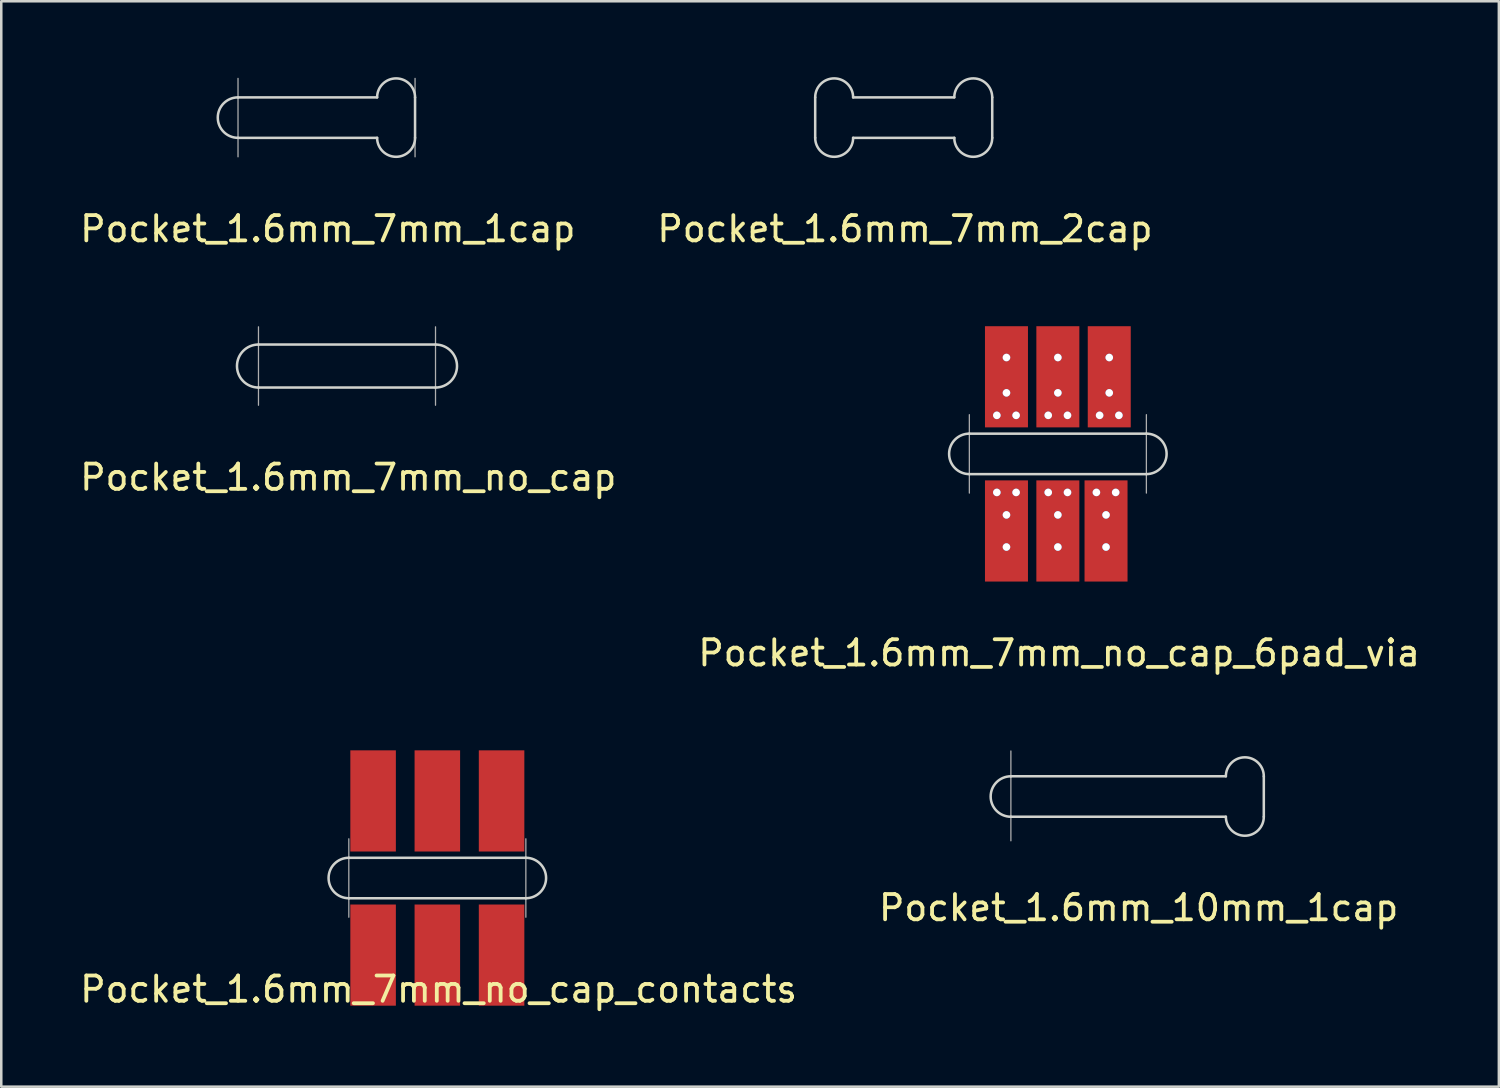
<source format=kicad_pcb>
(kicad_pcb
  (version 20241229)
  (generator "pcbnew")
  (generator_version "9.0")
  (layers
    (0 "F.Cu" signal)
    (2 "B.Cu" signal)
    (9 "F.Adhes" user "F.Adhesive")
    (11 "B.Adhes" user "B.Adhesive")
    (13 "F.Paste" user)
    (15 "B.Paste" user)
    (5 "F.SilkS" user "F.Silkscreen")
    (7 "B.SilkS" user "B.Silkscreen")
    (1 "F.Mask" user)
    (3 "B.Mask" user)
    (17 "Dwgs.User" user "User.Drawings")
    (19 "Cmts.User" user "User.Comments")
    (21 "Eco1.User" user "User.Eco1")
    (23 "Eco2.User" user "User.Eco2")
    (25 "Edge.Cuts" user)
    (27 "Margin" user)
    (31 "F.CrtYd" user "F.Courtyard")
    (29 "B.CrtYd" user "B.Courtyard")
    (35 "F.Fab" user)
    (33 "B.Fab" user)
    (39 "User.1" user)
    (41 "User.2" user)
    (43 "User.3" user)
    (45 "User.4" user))
  (footprint "Pocket_1.6mm_7mm_no_cap_6pad_via"
    (layer "F.Cu")
    (at 38.777 14.896)
    (property "Reference" "Pocket_1.6mm_7mm_no_cap_6pad_via" (at 0.05 7.874 0) (layer "F.SilkS") (effects (font (size 1 1) (thickness 0.15))))
    (attr through_hole)
    (fp_line (start -3.5 -0.8) (end 3.5 -0.8) (stroke (width 0.1) (type solid)) (layer "Edge.Cuts"))
    (fp_line (start -3.5 0.8) (end 3.5 0.8) (stroke (width 0.1) (type solid)) (layer "Edge.Cuts"))
    (fp_arc (start -3.5 0.8) (mid -4.3 0) (end -3.5 -0.8) (stroke (width 0.1) (type solid)) (layer "Edge.Cuts"))
    (fp_arc (start 3.5 -0.8) (mid 4.3 0) (end 3.5 0.8) (stroke (width 0.1) (type solid)) (layer "Edge.Cuts"))
    (fp_line (start -3.5 -1.55) (end -3.5 1.55) (stroke (width 0.05) (type solid)) (layer "F.Fab"))
    (fp_line (start 3.5 1.55) (end 3.5 -1.55) (stroke (width 0.05) (type solid)) (layer "F.Fab"))
    (pad "1" thru_hole circle (at -2.413 1.524 180) (size 0.3 0.3) (drill 0.3) (layers "*.Cu" "*.Mask"))
    (pad "1" thru_hole circle (at -2.032 2.413 180) (size 0.3 0.3) (drill 0.3) (layers "*.Cu" "*.Mask"))
    (pad "1" smd rect (at -2.032 3.048) (size 1.7 4) (layers "F.Cu" "F.Mask" "F.Paste"))
    (pad "1" thru_hole circle (at -2.032 3.683 180) (size 0.3 0.3) (drill 0.3) (layers "*.Cu" "*.Mask"))
    (pad "1" thru_hole circle (at -1.651 1.524 180) (size 0.3 0.3) (drill 0.3) (layers "*.Cu" "*.Mask"))
    (pad "2" thru_hole circle (at -2.413 -1.524) (size 0.3 0.3) (drill 0.3) (layers "*.Cu" "*.Mask"))
    (pad "2" thru_hole circle (at -2.032 -3.81) (size 0.3 0.3) (drill 0.3) (layers "*.Cu" "*.Mask"))
    (pad "2" smd rect (at -2.032 -3.048) (size 1.7 4) (layers "F.Cu" "F.Mask" "F.Paste"))
    (pad "2" thru_hole circle (at -2.032 -2.413) (size 0.3 0.3) (drill 0.3) (layers "*.Cu" "*.Mask"))
    (pad "2" thru_hole circle (at -1.651 -1.524) (size 0.3 0.3) (drill 0.3) (layers "*.Cu" "*.Mask"))
    (pad "3" thru_hole circle (at -0.381 1.524 180) (size 0.3 0.3) (drill 0.3) (layers "*.Cu" "*.Mask"))
    (pad "3" thru_hole circle (at 0 2.413 180) (size 0.3 0.3) (drill 0.3) (layers "*.Cu" "*.Mask"))
    (pad "3" smd rect (at 0 3.048) (size 1.7 4) (layers "F.Cu" "F.Mask" "F.Paste"))
    (pad "3" thru_hole circle (at 0 3.683 180) (size 0.3 0.3) (drill 0.3) (layers "*.Cu" "*.Mask"))
    (pad "3" thru_hole circle (at 0.381 1.524 180) (size 0.3 0.3) (drill 0.3) (layers "*.Cu" "*.Mask"))
    (pad "4" thru_hole circle (at -0.381 -1.524) (size 0.3 0.3) (drill 0.3) (layers "*.Cu" "*.Mask"))
    (pad "4" thru_hole circle (at 0 -3.81) (size 0.3 0.3) (drill 0.3) (layers "*.Cu" "*.Mask"))
    (pad "4" smd rect (at 0 -3.048) (size 1.7 4) (layers "F.Cu" "F.Mask" "F.Paste"))
    (pad "4" thru_hole circle (at 0 -2.413) (size 0.3 0.3) (drill 0.3) (layers "*.Cu" "*.Mask"))
    (pad "4" thru_hole circle (at 0.381 -1.524) (size 0.3 0.3) (drill 0.3) (layers "*.Cu" "*.Mask"))
    (pad "5" thru_hole circle (at 1.524 1.524 180) (size 0.3 0.3) (drill 0.3) (layers "*.Cu" "*.Mask"))
    (pad "5" thru_hole circle (at 1.905 2.413 180) (size 0.3 0.3) (drill 0.3) (layers "*.Cu" "*.Mask"))
    (pad "5" smd rect (at 1.905 3.048) (size 1.7 4) (layers "F.Cu" "F.Mask" "F.Paste"))
    (pad "5" thru_hole circle (at 1.905 3.683 180) (size 0.3 0.3) (drill 0.3) (layers "*.Cu" "*.Mask"))
    (pad "5" thru_hole circle (at 2.286 1.524 180) (size 0.3 0.3) (drill 0.3) (layers "*.Cu" "*.Mask"))
    (pad "6" thru_hole circle (at 1.651 -1.524) (size 0.3 0.3) (drill 0.3) (layers "*.Cu" "*.Mask"))
    (pad "6" thru_hole circle (at 2.032 -3.81) (size 0.3 0.3) (drill 0.3) (layers "*.Cu" "*.Mask"))
    (pad "6" smd rect (at 2.032 -3.048) (size 1.7 4) (layers "F.Cu" "F.Mask" "F.Paste"))
    (pad "6" thru_hole circle (at 2.032 -2.413) (size 0.3 0.3) (drill 0.3) (layers "*.Cu" "*.Mask"))
    (pad "6" thru_hole circle (at 2.413 -1.524) (size 0.3 0.3) (drill 0.3) (layers "*.Cu" "*.Mask")))
  (footprint "Pocket_1.6mm_7mm_no_cap"
    (layer "F.Cu")
    (at 10.67 11.423)
    (property "Reference" "Pocket_1.6mm_7mm_no_cap" (at 0.05 4.4 0) (layer "F.SilkS") (effects (font (size 1 1) (thickness 0.15))))
    (attr through_hole)
    (fp_line (start -3.5 -0.85) (end 3.5 -0.85) (stroke (width 0.1) (type solid)) (layer "Edge.Cuts"))
    (fp_line (start -3.5 0.85) (end 3.5 0.85) (stroke (width 0.1) (type solid)) (layer "Edge.Cuts"))
    (fp_arc (start -3.5 0.85) (mid -4.35 0) (end -3.5 -0.85) (stroke (width 0.1) (type solid)) (layer "Edge.Cuts"))
    (fp_arc (start 3.5 -0.85) (mid 4.35 0) (end 3.5 0.85) (stroke (width 0.1) (type solid)) (layer "Edge.Cuts"))
    (fp_line (start -3.5 -1.55) (end -3.5 1.55) (stroke (width 0.05) (type solid)) (layer "F.Fab"))
    (fp_line (start 3.5 1.55) (end 3.5 -1.55) (stroke (width 0.05) (type solid)) (layer "F.Fab")))
  (footprint "Pocket_1.6mm_7mm_no_cap_contacts"
    (layer "F.Cu")
    (at 14.242 31.666)
    (property "Reference" "Pocket_1.6mm_7mm_no_cap_contacts" (at 0.05 4.4 0) (layer "F.SilkS") (effects (font (size 1 1) (thickness 0.15))))
    (attr through_hole)
    (fp_line (start -3.5 -0.8) (end 3.5 -0.8) (stroke (width 0.1) (type solid)) (layer "Edge.Cuts"))
    (fp_line (start -3.5 0.8) (end 3.5 0.8) (stroke (width 0.1) (type solid)) (layer "Edge.Cuts"))
    (fp_arc (start -3.5 0.8) (mid -4.3 0) (end -3.5 -0.8) (stroke (width 0.1) (type solid)) (layer "Edge.Cuts"))
    (fp_arc (start 3.5 -0.8) (mid 4.3 0) (end 3.5 0.8) (stroke (width 0.1) (type solid)) (layer "Edge.Cuts"))
    (fp_line (start -3.5 -1.55) (end -3.5 1.55) (stroke (width 0.05) (type solid)) (layer "F.Fab"))
    (fp_line (start 3.5 1.55) (end 3.5 -1.55) (stroke (width 0.05) (type solid)) (layer "F.Fab"))
    (pad "1" smd rect (at -2.54 -3.048) (size 1.8 4) (layers "F.Cu" "F.Mask" "F.Paste"))
    (pad "1" smd rect (at -2.54 3.048) (size 1.8 4) (layers "F.Cu" "F.Mask" "F.Paste"))
    (pad "1" smd rect (at 0 -3.048) (size 1.8 4) (layers "F.Cu" "F.Mask" "F.Paste"))
    (pad "1" smd rect (at 0 3.048) (size 1.8 4) (layers "F.Cu" "F.Mask" "F.Paste"))
    (pad "1" smd rect (at 2.54 -3.048) (size 1.8 4) (layers "F.Cu" "F.Mask" "F.Paste"))
    (pad "1" smd rect (at 2.54 3.048) (size 1.8 4) (layers "F.Cu" "F.Mask" "F.Paste")))
  (footprint "Pocket_1.6mm_10mm_1cap"
    (layer "F.Cu")
    (at 41.92 28.444)
    (property "Reference" "Pocket_1.6mm_10mm_1cap" (at 0.05 4.4 0) (layer "F.SilkS") (effects (font (size 1 1) (thickness 0.15))))
    (attr through_hole)
    (fp_line (start -5 -0.8) (end 3.5 -0.8) (stroke (width 0.1) (type solid)) (layer "Edge.Cuts"))
    (fp_line (start -5 0.8) (end 3.5 0.8) (stroke (width 0.1) (type solid)) (layer "Edge.Cuts"))
    (fp_line (start 5 -0.8) (end 5 0.8) (stroke (width 0.1) (type solid)) (layer "Edge.Cuts"))
    (fp_arc (start -5 0.8) (mid -5.8 0) (end -5 -0.8) (stroke (width 0.1) (type solid)) (layer "Edge.Cuts"))
    (fp_arc (start 3.5 -0.8) (mid 4.25 -1.55) (end 5 -0.8) (stroke (width 0.1) (type solid)) (layer "Edge.Cuts"))
    (fp_arc (start 5 0.8) (mid 4.25 1.55) (end 3.5 0.8) (stroke (width 0.1) (type solid)) (layer "Edge.Cuts"))
    (fp_line (start -5 -1.8) (end -5 1.75) (stroke (width 0.05) (type solid)) (layer "F.Fab")))
  (footprint "Pocket_1.6mm_7mm_2cap"
    (layer "F.Cu")
    (at 32.682 1.6)
    (property "Reference" "Pocket_1.6mm_7mm_2cap" (at 0.05 4.4 0) (layer "F.SilkS") (effects (font (size 1 1) (thickness 0.15))))
    (attr through_hole)
    (fp_line (start -3.5 -0.8) (end -3.5 0.8) (stroke (width 0.1) (type solid)) (layer "Edge.Cuts"))
    (fp_line (start -2 -0.8) (end 2 -0.8) (stroke (width 0.1) (type solid)) (layer "Edge.Cuts"))
    (fp_line (start -2 0.8) (end 2 0.8) (stroke (width 0.1) (type solid)) (layer "Edge.Cuts"))
    (fp_line (start 3.5 -0.8) (end 3.5 0.8) (stroke (width 0.1) (type solid)) (layer "Edge.Cuts"))
    (fp_arc (start -3.5 -0.8) (mid -2.75 -1.55) (end -2 -0.8) (stroke (width 0.1) (type solid)) (layer "Edge.Cuts"))
    (fp_arc (start -2 0.8) (mid -2.75 1.55) (end -3.5 0.8) (stroke (width 0.1) (type solid)) (layer "Edge.Cuts"))
    (fp_arc (start 2 -0.8) (mid 2.75 -1.55) (end 3.5 -0.8) (stroke (width 0.1) (type solid)) (layer "Edge.Cuts"))
    (fp_arc (start 3.5 0.8) (mid 2.75 1.55) (end 2 0.8) (stroke (width 0.1) (type solid)) (layer "Edge.Cuts")))
  (footprint "Pocket_1.6mm_7mm_1cap"
    (layer "F.Cu")
    (at 9.861 1.6)
    (property "Reference" "Pocket_1.6mm_7mm_1cap" (at 0.05 4.4 0) (layer "F.SilkS") (effects (font (size 1 1) (thickness 0.15))))
    (attr through_hole)
    (fp_line (start -3.5 -0.8) (end 2 -0.8) (stroke (width 0.1) (type solid)) (layer "Edge.Cuts"))
    (fp_line (start -3.5 0.8) (end 2 0.8) (stroke (width 0.1) (type solid)) (layer "Edge.Cuts"))
    (fp_line (start 3.5 -0.8) (end 3.5 0.8) (stroke (width 0.1) (type solid)) (layer "Edge.Cuts"))
    (fp_arc (start -3.5 0.8) (mid -4.3 0) (end -3.5 -0.8) (stroke (width 0.1) (type solid)) (layer "Edge.Cuts"))
    (fp_arc (start 2 -0.8) (mid 2.75 -1.55) (end 3.5 -0.8) (stroke (width 0.1) (type solid)) (layer "Edge.Cuts"))
    (fp_arc (start 3.5 0.8) (mid 2.75 1.55) (end 2 0.8) (stroke (width 0.1) (type solid)) (layer "Edge.Cuts"))
    (fp_line (start -3.5 -1.55) (end -3.5 1.55) (stroke (width 0.05) (type solid)) (layer "F.Fab"))
    (fp_line (start 3.5 -1.55) (end 3.5 1.55) (stroke (width 0.05) (type solid)) (layer "F.Fab")))
  (gr_rect
    (start -3 -3)
    (end 56.214 39.915)
    (stroke (width 0.1) (type default))
    (fill no)
    (layer "Edge.Cuts")))
</source>
